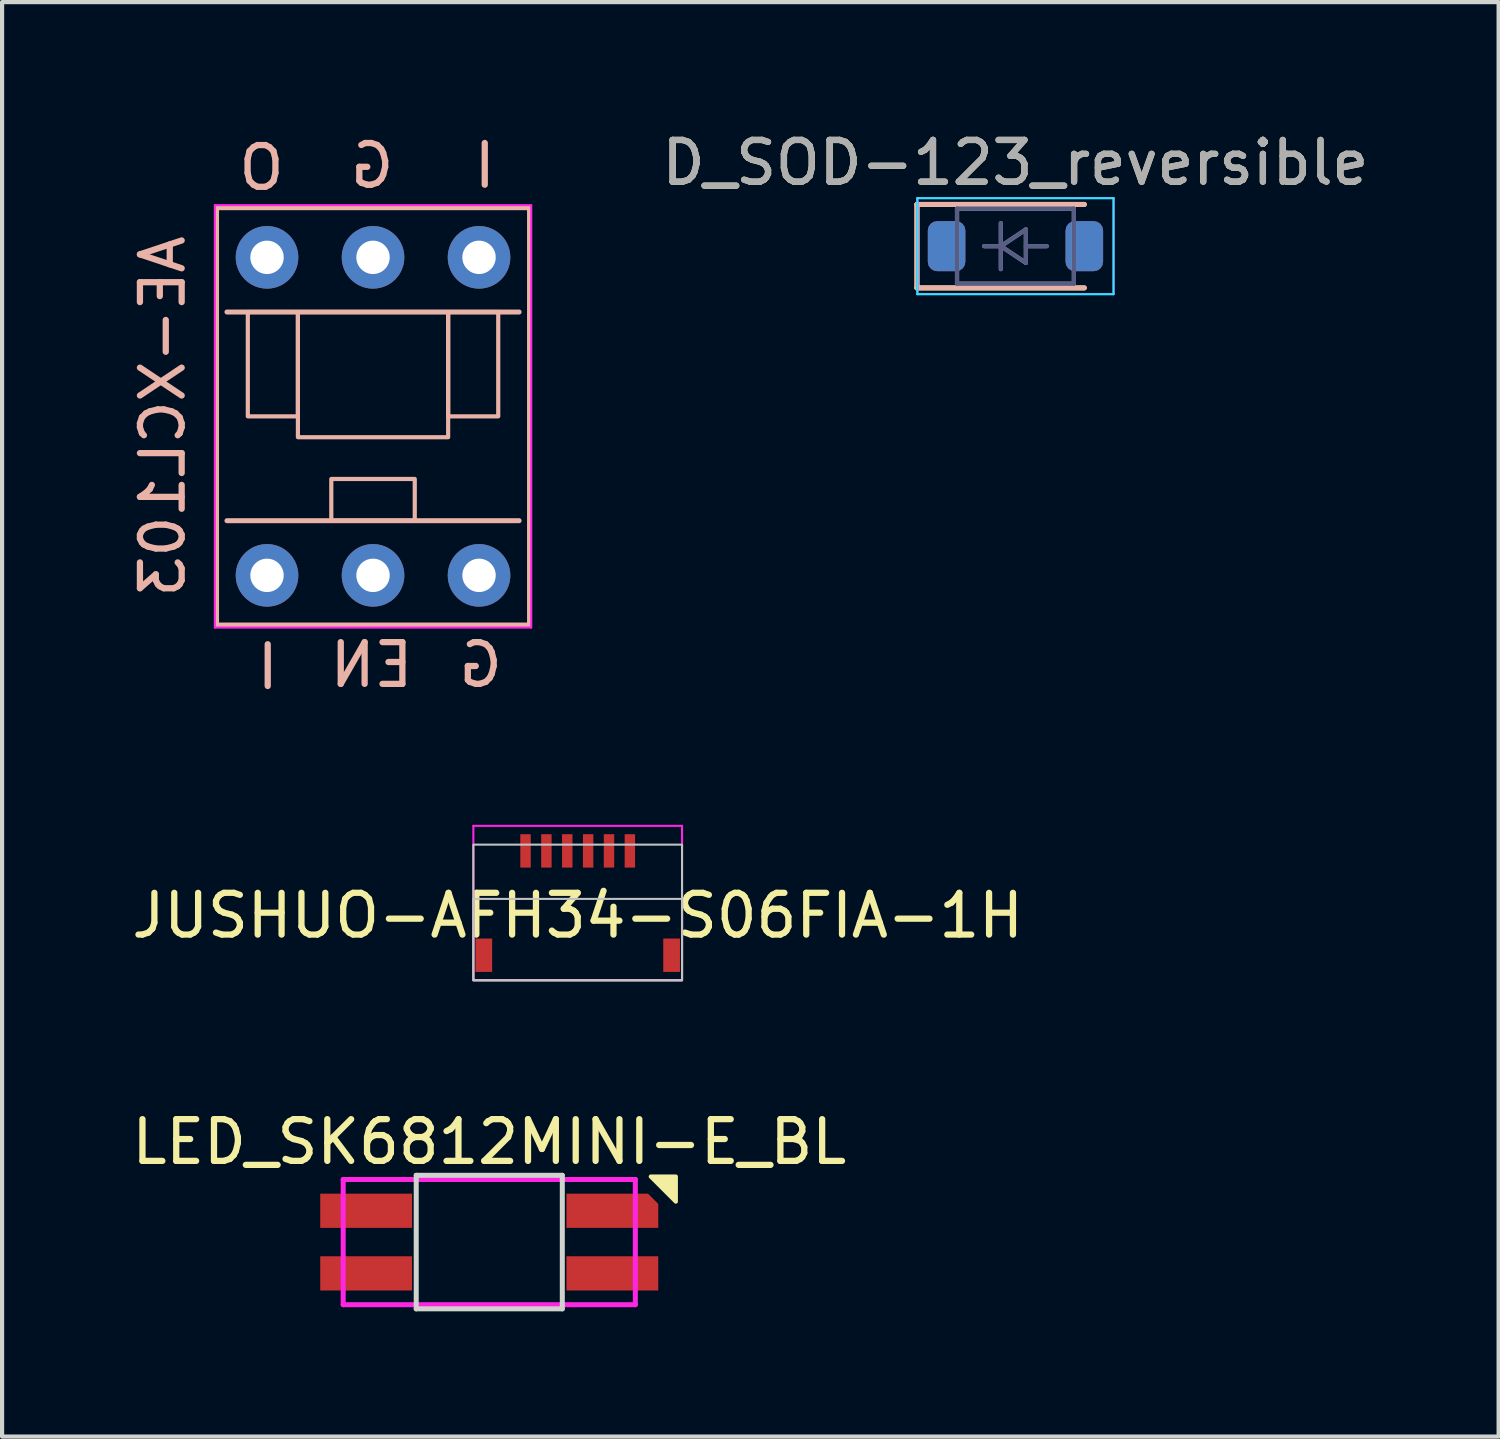
<source format=kicad_pcb>
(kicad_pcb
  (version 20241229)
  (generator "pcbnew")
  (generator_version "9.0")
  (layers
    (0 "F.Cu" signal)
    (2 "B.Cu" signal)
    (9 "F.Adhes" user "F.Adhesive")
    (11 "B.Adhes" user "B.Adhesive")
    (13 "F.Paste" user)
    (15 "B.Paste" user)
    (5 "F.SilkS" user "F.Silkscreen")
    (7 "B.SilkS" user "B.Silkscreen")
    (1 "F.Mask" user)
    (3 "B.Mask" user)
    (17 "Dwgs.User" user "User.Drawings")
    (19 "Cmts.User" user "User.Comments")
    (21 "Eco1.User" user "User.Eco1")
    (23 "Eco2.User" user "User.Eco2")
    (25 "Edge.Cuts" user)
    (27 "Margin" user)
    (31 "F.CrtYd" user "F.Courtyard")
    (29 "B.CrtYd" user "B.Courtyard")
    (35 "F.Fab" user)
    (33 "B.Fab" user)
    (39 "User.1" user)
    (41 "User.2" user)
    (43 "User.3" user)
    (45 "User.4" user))
  (footprint "AE-XCL103"
    (layer "F.Cu")
    (at 5.888 6.926)
    (property "Reference" "AE-XCL103" (at -5.04 0 270) (layer "B.SilkS") (effects (font (size 1 1) (thickness 0.15)) (justify mirror)))
    (attr through_hole)
    (fp_line (start -3.75 -5) (end 3.75 -5) (stroke (width 0.12) (type default)) (layer "B.SilkS"))
    (fp_line (start -3.75 5) (end -3.75 -5) (stroke (width 0.12) (type default)) (layer "B.SilkS"))
    (fp_line (start -3.5 2.5) (end 3.5 2.5) (stroke (width 0.12) (type default)) (layer "B.SilkS"))
    (fp_line (start 3.5 -2.5) (end -3.5 -2.5) (stroke (width 0.12) (type default)) (layer "B.SilkS"))
    (fp_line (start 3.75 -5) (end 3.75 5) (stroke (width 0.12) (type default)) (layer "B.SilkS"))
    (fp_line (start 3.75 5) (end -3.75 5) (stroke (width 0.12) (type default)) (layer "B.SilkS"))
    (fp_rect (start -3 -2.5) (end -1.8 0) (stroke (width 0.1) (type default)) (fill no) (layer "B.SilkS"))
    (fp_rect (start -1.8 -2.5) (end 1.8 0.5) (stroke (width 0.1) (type default)) (fill no) (layer "B.SilkS"))
    (fp_rect (start -1 1.5) (end 1 2.5) (stroke (width 0.1) (type default)) (fill no) (layer "B.SilkS"))
    (fp_rect (start 1.8 -2.5) (end 3 0) (stroke (width 0.1) (type default)) (fill no) (layer "B.SilkS"))
    (fp_line (start -3.79 -5.06) (end 3.79 -5.06) (stroke (width 0.05) (type default)) (layer "F.CrtYd"))
    (fp_line (start -3.79 5.06) (end -3.79 -5.06) (stroke (width 0.05) (type default)) (layer "F.CrtYd"))
    (fp_line (start 3.79 -5.06) (end 3.79 5.06) (stroke (width 0.05) (type default)) (layer "F.CrtYd"))
    (fp_line (start 3.79 5.06) (end -3.79 5.06) (stroke (width 0.05) (type default)) (layer "F.CrtYd"))
    (fp_text user "G" (at 0.58 -5.42 0) (unlocked yes) (layer "B.SilkS") (effects (font (size 1 1) (thickness 0.15)) (justify left bottom mirror)))
    (fp_text user "O" (at -2.05 -5.37 0) (unlocked yes) (layer "B.SilkS") (effects (font (size 1 1) (thickness 0.15)) (justify left bottom mirror)))
    (fp_text user "EN" (at 1.04 6.54 0) (unlocked yes) (layer "B.SilkS") (effects (font (size 1 1) (thickness 0.15)) (justify left bottom mirror)))
    (fp_text user "I" (at 2.34 -6.68 180) (unlocked yes) (layer "B.SilkS") (effects (font (size 1 1) (thickness 0.15)) (justify left bottom mirror)))
    (fp_text user "I" (at -2.86 5.33 180) (unlocked yes) (layer "B.SilkS") (effects (font (size 1 1) (thickness 0.15)) (justify left bottom mirror)))
    (fp_text user "G" (at 3.18 6.54 0) (unlocked yes) (layer "B.SilkS") (effects (font (size 1 1) (thickness 0.15)) (justify left bottom mirror)))
    (pad "1" thru_hole circle (at -2.54 3.81 90) (size 1.5 1.5) (drill 0.8) (layers "*.Cu" "*.Mask"))
    (pad "2" thru_hole circle (at 0 3.81 90) (size 1.5 1.5) (drill 0.8) (layers "*.Cu" "*.Mask"))
    (pad "3" thru_hole circle (at 2.54 3.81 90) (size 1.5 1.5) (drill 0.8) (layers "*.Cu" "*.Mask"))
    (pad "4" thru_hole circle (at 2.54 -3.81 90) (size 1.5 1.5) (drill 0.8) (layers "*.Cu" "*.Mask"))
    (pad "5" thru_hole circle (at 0 -3.81 90) (size 1.5 1.5) (drill 0.8) (layers "*.Cu" "*.Mask"))
    (pad "6" thru_hole circle (at -2.54 -3.81 90) (size 1.5 1.5) (drill 0.8) (layers "*.Cu" "*.Mask")))
  (footprint "LED_SK6812MINI-E_BL"
    (layer "F.Cu")
    (at 8.673 26.711)
    (property "Reference" "LED_SK6812MINI-E_BL" (at 0 -2.4 0) (layer "F.SilkS") (effects (font (size 1 1) (thickness 0.15))))
    (attr smd)
    (fp_poly (pts (xy 3.87 -1.57) (xy 4.47 -1.57) (xy 4.47 -0.97)) (stroke (width 0.1) (type solid)) (fill yes) (layer "F.SilkS"))
    (fp_line (start -1.75 -1.6) (end 1.75 -1.6) (stroke (width 0.12) (type solid)) (layer "Edge.Cuts"))
    (fp_line (start -1.75 1.6) (end -1.75 -1.6) (stroke (width 0.12) (type solid)) (layer "Edge.Cuts"))
    (fp_line (start 1.75 -1.6) (end 1.75 1.6) (stroke (width 0.12) (type solid)) (layer "Edge.Cuts"))
    (fp_line (start 1.75 1.6) (end -1.75 1.6) (stroke (width 0.12) (type solid)) (layer "Edge.Cuts"))
    (fp_line (start -3.5 -1.5) (end 3.5 -1.5) (stroke (width 0.12) (type solid)) (layer "F.CrtYd"))
    (fp_line (start -3.5 1.5) (end -3.5 -1.5) (stroke (width 0.12) (type solid)) (layer "F.CrtYd"))
    (fp_line (start 3.5 -1.5) (end 3.5 1.5) (stroke (width 0.12) (type solid)) (layer "F.CrtYd"))
    (fp_line (start 3.5 1.5) (end -3.5 1.5) (stroke (width 0.12) (type solid)) (layer "F.CrtYd"))
    (pad "1" smd rect (at -2.6 -0.75) (size 2.2 0.82) (drill (offset -0.35 0)) (layers "F.Cu" "F.Mask" "F.Paste"))
    (pad "2" smd roundrect (at 2.6 -0.75) (size 2.2 0.82) (drill (offset 0.35 0)) (layers "F.Cu" "F.Mask" "F.Paste") (roundrect_rratio 0) (chamfer_ratio 0.3) (chamfer top_right))
    (pad "3" smd rect (at 2.6 0.75) (size 2.2 0.82) (drill (offset 0.35 0)) (layers "F.Cu" "F.Mask" "F.Paste"))
    (pad "4" smd rect (at -2.6 0.75) (size 2.2 0.82) (drill (offset -0.35 0)) (layers "F.Cu" "F.Mask" "F.Paste")))
  (footprint "D_SOD-123_reversible"
    (layer "F.Cu")
    (at 21.281 2.848)
    (property "Reference" "D_SOD-123_reversible" (at 0 -2 0) (layer "F.SilkS") (effects (font (size 1 1) (thickness 0.15))))
    (attr smd)
    (fp_line (start -2.36 -1) (end -2.36 1) (stroke (width 0.12) (type solid)) (layer "F.SilkS"))
    (fp_line (start -2.36 -1) (end 1.65 -1) (stroke (width 0.12) (type solid)) (layer "F.SilkS"))
    (fp_line (start -2.36 1) (end 1.65 1) (stroke (width 0.12) (type solid)) (layer "F.SilkS"))
    (fp_line (start -2.36 -1) (end 1.65 -1) (stroke (width 0.12) (type solid)) (layer "B.SilkS"))
    (fp_line (start -2.36 1) (end -2.36 -1) (stroke (width 0.12) (type solid)) (layer "B.SilkS"))
    (fp_line (start -2.36 1) (end 1.65 1) (stroke (width 0.12) (type solid)) (layer "B.SilkS"))
    (fp_line (start -2.35 -1.15) (end 2.35 -1.15) (stroke (width 0.05) (type solid)) (layer "B.CrtYd"))
    (fp_line (start -2.35 1.15) (end -2.35 -1.15) (stroke (width 0.05) (type solid)) (layer "B.CrtYd"))
    (fp_line (start 2.35 1.15) (end -2.35 1.15) (stroke (width 0.05) (type solid)) (layer "B.CrtYd"))
    (fp_line (start 2.35 1.15) (end 2.35 -1.15) (stroke (width 0.05) (type solid)) (layer "B.CrtYd"))
    (fp_line (start -2.35 -1.15) (end -2.35 1.15) (stroke (width 0.05) (type solid)) (layer "F.CrtYd"))
    (fp_line (start -2.35 -1.15) (end 2.35 -1.15) (stroke (width 0.05) (type solid)) (layer "F.CrtYd"))
    (fp_line (start 2.35 -1.15) (end 2.35 1.15) (stroke (width 0.05) (type solid)) (layer "F.CrtYd"))
    (fp_line (start 2.35 1.15) (end -2.35 1.15) (stroke (width 0.05) (type solid)) (layer "F.CrtYd"))
    (fp_line (start -1.4 -0.9) (end -1.4 0.9) (stroke (width 0.1) (type solid)) (layer "B.Fab"))
    (fp_line (start -1.4 -0.9) (end 1.4 -0.9) (stroke (width 0.1) (type solid)) (layer "B.Fab"))
    (fp_line (start -0.35 -0.55) (end -0.35 0) (stroke (width 0.1) (type solid)) (layer "B.Fab"))
    (fp_line (start -0.35 0) (end -0.75 0) (stroke (width 0.1) (type solid)) (layer "B.Fab"))
    (fp_line (start -0.35 0) (end 0.25 -0.4) (stroke (width 0.1) (type solid)) (layer "B.Fab"))
    (fp_line (start -0.35 0.55) (end -0.35 0) (stroke (width 0.1) (type solid)) (layer "B.Fab"))
    (fp_line (start 0.25 -0.4) (end 0.25 0.4) (stroke (width 0.1) (type solid)) (layer "B.Fab"))
    (fp_line (start 0.25 0.4) (end -0.35 0) (stroke (width 0.1) (type solid)) (layer "B.Fab"))
    (fp_line (start 0.75 0) (end 0.25 0) (stroke (width 0.1) (type solid)) (layer "B.Fab"))
    (fp_line (start 1.4 0.9) (end -1.4 0.9) (stroke (width 0.1) (type solid)) (layer "B.Fab"))
    (fp_line (start 1.4 0.9) (end 1.4 -0.9) (stroke (width 0.1) (type solid)) (layer "B.Fab"))
    (fp_line (start -1.4 -0.9) (end 1.4 -0.9) (stroke (width 0.1) (type solid)) (layer "F.Fab"))
    (fp_line (start -1.4 0.9) (end -1.4 -0.9) (stroke (width 0.1) (type solid)) (layer "F.Fab"))
    (fp_line (start -0.75 0) (end -0.35 0) (stroke (width 0.1) (type solid)) (layer "F.Fab"))
    (fp_line (start -0.35 0) (end -0.35 -0.55) (stroke (width 0.1) (type solid)) (layer "F.Fab"))
    (fp_line (start -0.35 0) (end -0.35 0.55) (stroke (width 0.1) (type solid)) (layer "F.Fab"))
    (fp_line (start -0.35 0) (end 0.25 -0.4) (stroke (width 0.1) (type solid)) (layer "F.Fab"))
    (fp_line (start 0.25 -0.4) (end 0.25 0.4) (stroke (width 0.1) (type solid)) (layer "F.Fab"))
    (fp_line (start 0.25 0) (end 0.75 0) (stroke (width 0.1) (type solid)) (layer "F.Fab"))
    (fp_line (start 0.25 0.4) (end -0.35 0) (stroke (width 0.1) (type solid)) (layer "F.Fab"))
    (fp_line (start 1.4 -0.9) (end 1.4 0.9) (stroke (width 0.1) (type solid)) (layer "F.Fab"))
    (fp_line (start 1.4 0.9) (end -1.4 0.9) (stroke (width 0.1) (type solid)) (layer "F.Fab"))
    (fp_text user "${REFERENCE}" (at 0 -2 0) (layer "F.Fab") (effects (font (size 1 1) (thickness 0.15))))
    (pad "1" smd roundrect (at -1.65 0) (size 0.9 1.2) (layers "F.Cu" "F.Mask" "F.Paste") (roundrect_rratio 0.25))
    (pad "1" smd roundrect (at -1.65 0) (size 0.9 1.2) (layers "B.Cu" "B.Mask" "B.Paste") (roundrect_rratio 0.25))
    (pad "2" smd roundrect (at 1.65 0) (size 0.9 1.2) (layers "F.Cu" "F.Mask" "F.Paste") (roundrect_rratio 0.25))
    (pad "2" smd roundrect (at 1.65 0) (size 0.9 1.2) (layers "B.Cu" "B.Mask" "B.Paste") (roundrect_rratio 0.25)))
  (footprint "JUSHUO-AFH34-S06FIA-1H"
    (layer "F.Cu")
    (at 10.792 17.338)
    (property "Reference" "JUSHUO-AFH34-S06FIA-1H" (at 0 1.55 0) (layer "F.SilkS") (effects (font (size 1 1) (thickness 0.15))))
    (attr smd)
    (fp_rect (start -2.5 -0.15) (end 2.5 3.1) (stroke (width 0.05) (type default)) (fill no) (layer "Dwgs.User"))
    (fp_rect (start -2.5 1.15) (end 2.5 3.1) (stroke (width 0.05) (type default)) (fill no) (layer "Dwgs.User"))
    (fp_line (start -2.5 -0.6) (end -2.5 3.1) (stroke (width 0.05) (type default)) (layer "F.CrtYd"))
    (fp_line (start -2.5 -0.6) (end 2.5 -0.6) (stroke (width 0.05) (type default)) (layer "F.CrtYd"))
    (fp_line (start -2.5 3.1) (end 2.5 3.1) (stroke (width 0.05) (type default)) (layer "F.CrtYd"))
    (fp_line (start 2.5 -0.6) (end 2.5 3.1) (stroke (width 0.05) (type default)) (layer "F.CrtYd"))
    (pad "0" smd rect (at -2.25 2.5) (size 0.4 0.8) (layers "F.Cu" "F.Mask" "F.Paste"))
    (pad "0" smd rect (at 2.25 2.5) (size 0.4 0.8) (layers "F.Cu" "F.Mask" "F.Paste"))
    (pad "1" smd rect (at -1.25 0) (size 0.25 0.8) (layers "F.Cu" "F.Mask" "F.Paste"))
    (pad "2" smd rect (at -0.75 0) (size 0.25 0.8) (layers "F.Cu" "F.Mask" "F.Paste"))
    (pad "3" smd rect (at -0.25 0) (size 0.25 0.8) (layers "F.Cu" "F.Mask" "F.Paste"))
    (pad "4" smd rect (at 0.25 0) (size 0.25 0.8) (layers "F.Cu" "F.Mask" "F.Paste"))
    (pad "5" smd rect (at 0.75 0) (size 0.25 0.8) (layers "F.Cu" "F.Mask" "F.Paste"))
    (pad "6" smd rect (at 1.25 0) (size 0.25 0.8) (layers "F.Cu" "F.Mask" "F.Paste")))
  (gr_rect
    (start -3 -3)
    (end 32.858 31.371)
    (stroke (width 0.1) (type default))
    (fill no)
    (layer "Edge.Cuts")))
</source>
